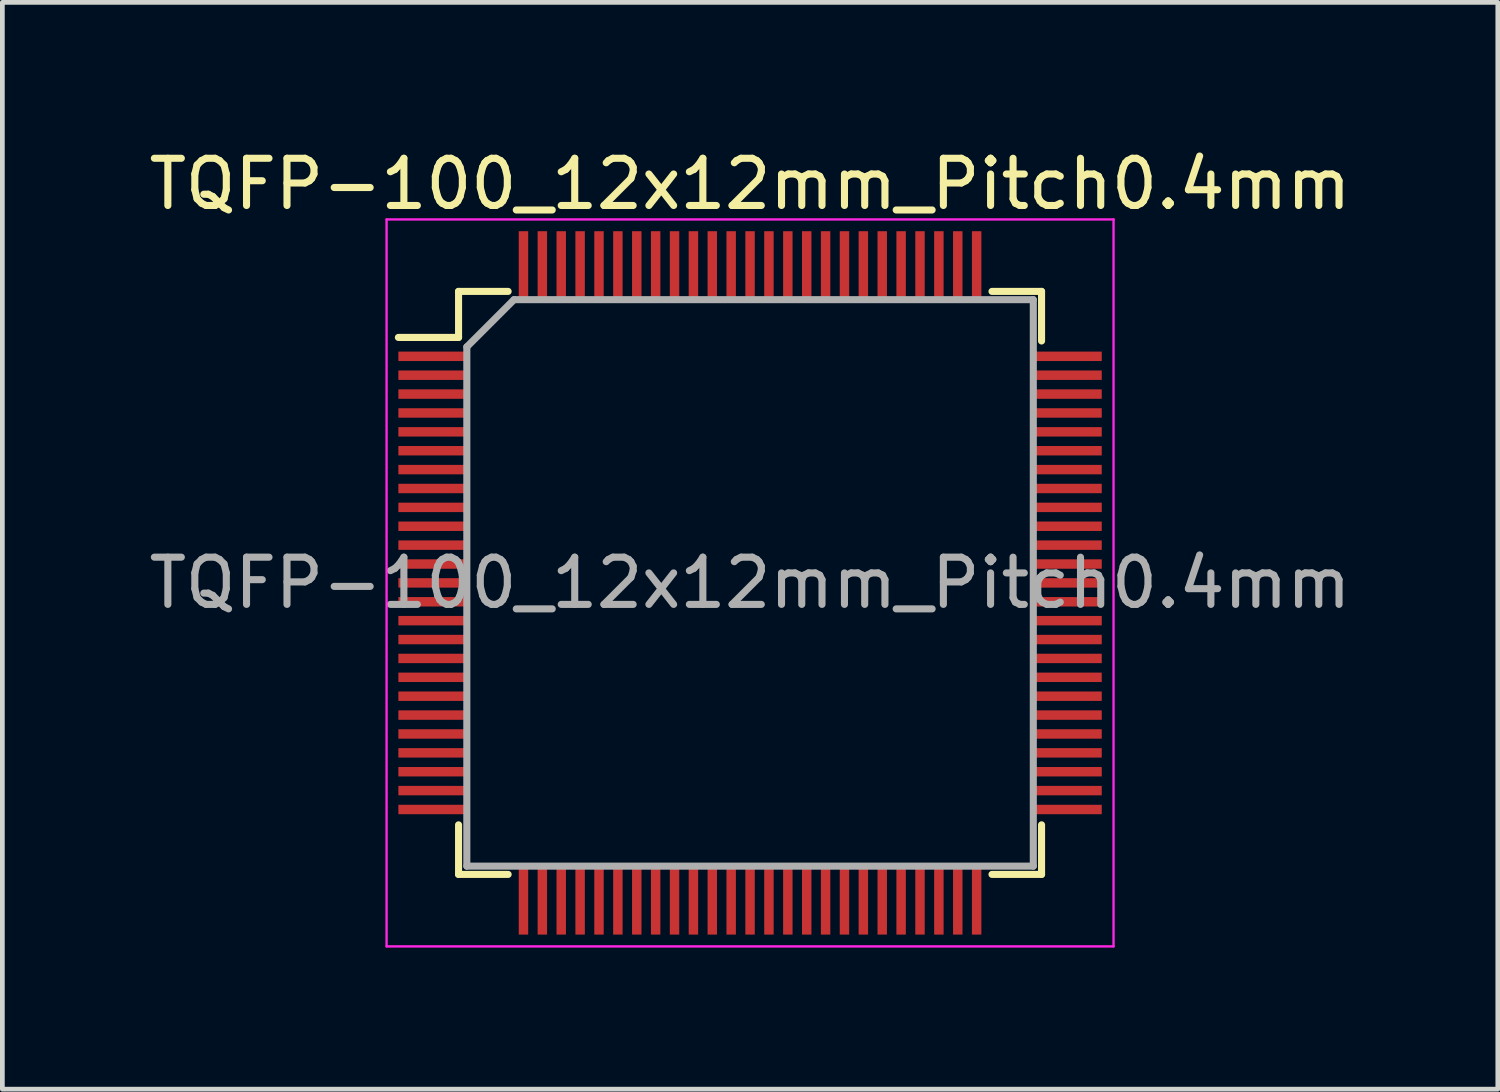
<source format=kicad_pcb>
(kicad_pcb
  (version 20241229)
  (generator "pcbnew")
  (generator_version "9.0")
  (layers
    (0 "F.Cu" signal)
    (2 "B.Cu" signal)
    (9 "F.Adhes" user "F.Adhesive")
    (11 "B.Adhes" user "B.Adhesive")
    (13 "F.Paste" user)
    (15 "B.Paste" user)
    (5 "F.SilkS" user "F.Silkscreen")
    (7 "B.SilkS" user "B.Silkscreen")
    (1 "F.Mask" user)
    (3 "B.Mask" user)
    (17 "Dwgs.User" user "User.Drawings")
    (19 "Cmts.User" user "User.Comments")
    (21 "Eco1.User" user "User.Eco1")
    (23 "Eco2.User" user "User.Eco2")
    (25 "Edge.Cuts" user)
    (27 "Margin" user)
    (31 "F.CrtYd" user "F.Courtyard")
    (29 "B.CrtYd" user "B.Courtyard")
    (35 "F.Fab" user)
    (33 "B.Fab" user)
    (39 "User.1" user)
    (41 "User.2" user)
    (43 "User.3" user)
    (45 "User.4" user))
  (footprint "TQFP-100_12x12mm_Pitch0.4mm"
    (layer "F.Cu")
    (at 12.839 9.298)
    (property "Reference" "TQFP-100_12x12mm_Pitch0.4mm" (at 0 -8.45 0) (layer "F.SilkS") (effects (font (size 1 1) (thickness 0.15))))
    (attr smd)
    (fp_line (start -6.175 -6.175) (end -6.175 -5.2) (stroke (width 0.15) (type solid)) (layer "F.SilkS"))
    (fp_line (start -6.175 -6.175) (end -5.125 -6.175) (stroke (width 0.15) (type solid)) (layer "F.SilkS"))
    (fp_line (start -6.175 -5.2) (end -7.45 -5.2) (stroke (width 0.15) (type solid)) (layer "F.SilkS"))
    (fp_line (start -6.175 6.175) (end -6.175 5.125) (stroke (width 0.15) (type solid)) (layer "F.SilkS"))
    (fp_line (start -6.175 6.175) (end -5.125 6.175) (stroke (width 0.15) (type solid)) (layer "F.SilkS"))
    (fp_line (start 6.175 -6.175) (end 5.125 -6.175) (stroke (width 0.15) (type solid)) (layer "F.SilkS"))
    (fp_line (start 6.175 -6.175) (end 6.175 -5.125) (stroke (width 0.15) (type solid)) (layer "F.SilkS"))
    (fp_line (start 6.175 6.175) (end 5.125 6.175) (stroke (width 0.15) (type solid)) (layer "F.SilkS"))
    (fp_line (start 6.175 6.175) (end 6.175 5.125) (stroke (width 0.15) (type solid)) (layer "F.SilkS"))
    (fp_line (start -7.7 -7.7) (end -7.7 7.7) (stroke (width 0.05) (type solid)) (layer "F.CrtYd"))
    (fp_line (start -7.7 -7.7) (end 7.7 -7.7) (stroke (width 0.05) (type solid)) (layer "F.CrtYd"))
    (fp_line (start -7.7 7.7) (end 7.7 7.7) (stroke (width 0.05) (type solid)) (layer "F.CrtYd"))
    (fp_line (start 7.7 -7.7) (end 7.7 7.7) (stroke (width 0.05) (type solid)) (layer "F.CrtYd"))
    (fp_line (start -6 -5) (end -5 -6) (stroke (width 0.15) (type solid)) (layer "F.Fab"))
    (fp_line (start -6 6) (end -6 -5) (stroke (width 0.15) (type solid)) (layer "F.Fab"))
    (fp_line (start -5 -6) (end 6 -6) (stroke (width 0.15) (type solid)) (layer "F.Fab"))
    (fp_line (start 6 -6) (end 6 6) (stroke (width 0.15) (type solid)) (layer "F.Fab"))
    (fp_line (start 6 6) (end -6 6) (stroke (width 0.15) (type solid)) (layer "F.Fab"))
    (fp_text user "${REFERENCE}" (at 0 0 0) (layer "F.Fab") (effects (font (size 1 1) (thickness 0.15))))
    (pad "1" smd rect (at -6.7 -4.8) (size 1.5 0.2) (layers "F.Cu" "F.Mask" "F.Paste"))
    (pad "2" smd rect (at -6.7 -4.4) (size 1.5 0.2) (layers "F.Cu" "F.Mask" "F.Paste"))
    (pad "3" smd rect (at -6.7 -4) (size 1.5 0.2) (layers "F.Cu" "F.Mask" "F.Paste"))
    (pad "4" smd rect (at -6.7 -3.6) (size 1.5 0.2) (layers "F.Cu" "F.Mask" "F.Paste"))
    (pad "5" smd rect (at -6.7 -3.2) (size 1.5 0.2) (layers "F.Cu" "F.Mask" "F.Paste"))
    (pad "6" smd rect (at -6.7 -2.8) (size 1.5 0.2) (layers "F.Cu" "F.Mask" "F.Paste"))
    (pad "7" smd rect (at -6.7 -2.4) (size 1.5 0.2) (layers "F.Cu" "F.Mask" "F.Paste"))
    (pad "8" smd rect (at -6.7 -2) (size 1.5 0.2) (layers "F.Cu" "F.Mask" "F.Paste"))
    (pad "9" smd rect (at -6.7 -1.6) (size 1.5 0.2) (layers "F.Cu" "F.Mask" "F.Paste"))
    (pad "10" smd rect (at -6.7 -1.2) (size 1.5 0.2) (layers "F.Cu" "F.Mask" "F.Paste"))
    (pad "11" smd rect (at -6.7 -0.8) (size 1.5 0.2) (layers "F.Cu" "F.Mask" "F.Paste"))
    (pad "12" smd rect (at -6.7 -0.4) (size 1.5 0.2) (layers "F.Cu" "F.Mask" "F.Paste"))
    (pad "13" smd rect (at -6.7 0) (size 1.5 0.2) (layers "F.Cu" "F.Mask" "F.Paste"))
    (pad "14" smd rect (at -6.7 0.4) (size 1.5 0.2) (layers "F.Cu" "F.Mask" "F.Paste"))
    (pad "15" smd rect (at -6.7 0.8) (size 1.5 0.2) (layers "F.Cu" "F.Mask" "F.Paste"))
    (pad "16" smd rect (at -6.7 1.2) (size 1.5 0.2) (layers "F.Cu" "F.Mask" "F.Paste"))
    (pad "17" smd rect (at -6.7 1.6) (size 1.5 0.2) (layers "F.Cu" "F.Mask" "F.Paste"))
    (pad "18" smd rect (at -6.7 2) (size 1.5 0.2) (layers "F.Cu" "F.Mask" "F.Paste"))
    (pad "19" smd rect (at -6.7 2.4) (size 1.5 0.2) (layers "F.Cu" "F.Mask" "F.Paste"))
    (pad "20" smd rect (at -6.7 2.8) (size 1.5 0.2) (layers "F.Cu" "F.Mask" "F.Paste"))
    (pad "21" smd rect (at -6.7 3.2) (size 1.5 0.2) (layers "F.Cu" "F.Mask" "F.Paste"))
    (pad "22" smd rect (at -6.7 3.6) (size 1.5 0.2) (layers "F.Cu" "F.Mask" "F.Paste"))
    (pad "23" smd rect (at -6.7 4) (size 1.5 0.2) (layers "F.Cu" "F.Mask" "F.Paste"))
    (pad "24" smd rect (at -6.7 4.4) (size 1.5 0.2) (layers "F.Cu" "F.Mask" "F.Paste"))
    (pad "25" smd rect (at -6.7 4.8) (size 1.5 0.2) (layers "F.Cu" "F.Mask" "F.Paste"))
    (pad "26" smd rect (at -4.8 6.7 90) (size 1.5 0.2) (layers "F.Cu" "F.Mask" "F.Paste"))
    (pad "27" smd rect (at -4.4 6.7 90) (size 1.5 0.2) (layers "F.Cu" "F.Mask" "F.Paste"))
    (pad "28" smd rect (at -4 6.7 90) (size 1.5 0.2) (layers "F.Cu" "F.Mask" "F.Paste"))
    (pad "29" smd rect (at -3.6 6.7 90) (size 1.5 0.2) (layers "F.Cu" "F.Mask" "F.Paste"))
    (pad "30" smd rect (at -3.2 6.7 90) (size 1.5 0.2) (layers "F.Cu" "F.Mask" "F.Paste"))
    (pad "31" smd rect (at -2.8 6.7 90) (size 1.5 0.2) (layers "F.Cu" "F.Mask" "F.Paste"))
    (pad "32" smd rect (at -2.4 6.7 90) (size 1.5 0.2) (layers "F.Cu" "F.Mask" "F.Paste"))
    (pad "33" smd rect (at -2 6.7 90) (size 1.5 0.2) (layers "F.Cu" "F.Mask" "F.Paste"))
    (pad "34" smd rect (at -1.6 6.7 90) (size 1.5 0.2) (layers "F.Cu" "F.Mask" "F.Paste"))
    (pad "35" smd rect (at -1.2 6.7 90) (size 1.5 0.2) (layers "F.Cu" "F.Mask" "F.Paste"))
    (pad "36" smd rect (at -0.8 6.7 90) (size 1.5 0.2) (layers "F.Cu" "F.Mask" "F.Paste"))
    (pad "37" smd rect (at -0.4 6.7 90) (size 1.5 0.2) (layers "F.Cu" "F.Mask" "F.Paste"))
    (pad "38" smd rect (at 0 6.7 90) (size 1.5 0.2) (layers "F.Cu" "F.Mask" "F.Paste"))
    (pad "39" smd rect (at 0.4 6.7 90) (size 1.5 0.2) (layers "F.Cu" "F.Mask" "F.Paste"))
    (pad "40" smd rect (at 0.8 6.7 90) (size 1.5 0.2) (layers "F.Cu" "F.Mask" "F.Paste"))
    (pad "41" smd rect (at 1.2 6.7 90) (size 1.5 0.2) (layers "F.Cu" "F.Mask" "F.Paste"))
    (pad "42" smd rect (at 1.6 6.7 90) (size 1.5 0.2) (layers "F.Cu" "F.Mask" "F.Paste"))
    (pad "43" smd rect (at 2 6.7 90) (size 1.5 0.2) (layers "F.Cu" "F.Mask" "F.Paste"))
    (pad "44" smd rect (at 2.4 6.7 90) (size 1.5 0.2) (layers "F.Cu" "F.Mask" "F.Paste"))
    (pad "45" smd rect (at 2.8 6.7 90) (size 1.5 0.2) (layers "F.Cu" "F.Mask" "F.Paste"))
    (pad "46" smd rect (at 3.2 6.7 90) (size 1.5 0.2) (layers "F.Cu" "F.Mask" "F.Paste"))
    (pad "47" smd rect (at 3.6 6.7 90) (size 1.5 0.2) (layers "F.Cu" "F.Mask" "F.Paste"))
    (pad "48" smd rect (at 4 6.7 90) (size 1.5 0.2) (layers "F.Cu" "F.Mask" "F.Paste"))
    (pad "49" smd rect (at 4.4 6.7 90) (size 1.5 0.2) (layers "F.Cu" "F.Mask" "F.Paste"))
    (pad "50" smd rect (at 4.8 6.7 90) (size 1.5 0.2) (layers "F.Cu" "F.Mask" "F.Paste"))
    (pad "51" smd rect (at 6.7 4.8) (size 1.5 0.2) (layers "F.Cu" "F.Mask" "F.Paste"))
    (pad "52" smd rect (at 6.7 4.4) (size 1.5 0.2) (layers "F.Cu" "F.Mask" "F.Paste"))
    (pad "53" smd rect (at 6.7 4) (size 1.5 0.2) (layers "F.Cu" "F.Mask" "F.Paste"))
    (pad "54" smd rect (at 6.7 3.6) (size 1.5 0.2) (layers "F.Cu" "F.Mask" "F.Paste"))
    (pad "55" smd rect (at 6.7 3.2) (size 1.5 0.2) (layers "F.Cu" "F.Mask" "F.Paste"))
    (pad "56" smd rect (at 6.7 2.8) (size 1.5 0.2) (layers "F.Cu" "F.Mask" "F.Paste"))
    (pad "57" smd rect (at 6.7 2.4) (size 1.5 0.2) (layers "F.Cu" "F.Mask" "F.Paste"))
    (pad "58" smd rect (at 6.7 2) (size 1.5 0.2) (layers "F.Cu" "F.Mask" "F.Paste"))
    (pad "59" smd rect (at 6.7 1.6) (size 1.5 0.2) (layers "F.Cu" "F.Mask" "F.Paste"))
    (pad "60" smd rect (at 6.7 1.2) (size 1.5 0.2) (layers "F.Cu" "F.Mask" "F.Paste"))
    (pad "61" smd rect (at 6.7 0.8) (size 1.5 0.2) (layers "F.Cu" "F.Mask" "F.Paste"))
    (pad "62" smd rect (at 6.7 0.4) (size 1.5 0.2) (layers "F.Cu" "F.Mask" "F.Paste"))
    (pad "63" smd rect (at 6.7 0) (size 1.5 0.2) (layers "F.Cu" "F.Mask" "F.Paste"))
    (pad "64" smd rect (at 6.7 -0.4) (size 1.5 0.2) (layers "F.Cu" "F.Mask" "F.Paste"))
    (pad "65" smd rect (at 6.7 -0.8) (size 1.5 0.2) (layers "F.Cu" "F.Mask" "F.Paste"))
    (pad "66" smd rect (at 6.7 -1.2) (size 1.5 0.2) (layers "F.Cu" "F.Mask" "F.Paste"))
    (pad "67" smd rect (at 6.7 -1.6) (size 1.5 0.2) (layers "F.Cu" "F.Mask" "F.Paste"))
    (pad "68" smd rect (at 6.7 -2) (size 1.5 0.2) (layers "F.Cu" "F.Mask" "F.Paste"))
    (pad "69" smd rect (at 6.7 -2.4) (size 1.5 0.2) (layers "F.Cu" "F.Mask" "F.Paste"))
    (pad "70" smd rect (at 6.7 -2.8) (size 1.5 0.2) (layers "F.Cu" "F.Mask" "F.Paste"))
    (pad "71" smd rect (at 6.7 -3.2) (size 1.5 0.2) (layers "F.Cu" "F.Mask" "F.Paste"))
    (pad "72" smd rect (at 6.7 -3.6) (size 1.5 0.2) (layers "F.Cu" "F.Mask" "F.Paste"))
    (pad "73" smd rect (at 6.7 -4) (size 1.5 0.2) (layers "F.Cu" "F.Mask" "F.Paste"))
    (pad "74" smd rect (at 6.7 -4.4) (size 1.5 0.2) (layers "F.Cu" "F.Mask" "F.Paste"))
    (pad "75" smd rect (at 6.7 -4.8) (size 1.5 0.2) (layers "F.Cu" "F.Mask" "F.Paste"))
    (pad "76" smd rect (at 4.8 -6.7 90) (size 1.5 0.2) (layers "F.Cu" "F.Mask" "F.Paste"))
    (pad "77" smd rect (at 4.4 -6.7 90) (size 1.5 0.2) (layers "F.Cu" "F.Mask" "F.Paste"))
    (pad "78" smd rect (at 4 -6.7 90) (size 1.5 0.2) (layers "F.Cu" "F.Mask" "F.Paste"))
    (pad "79" smd rect (at 3.6 -6.7 90) (size 1.5 0.2) (layers "F.Cu" "F.Mask" "F.Paste"))
    (pad "80" smd rect (at 3.2 -6.7 90) (size 1.5 0.2) (layers "F.Cu" "F.Mask" "F.Paste"))
    (pad "81" smd rect (at 2.8 -6.7 90) (size 1.5 0.2) (layers "F.Cu" "F.Mask" "F.Paste"))
    (pad "82" smd rect (at 2.4 -6.7 90) (size 1.5 0.2) (layers "F.Cu" "F.Mask" "F.Paste"))
    (pad "83" smd rect (at 2 -6.7 90) (size 1.5 0.2) (layers "F.Cu" "F.Mask" "F.Paste"))
    (pad "84" smd rect (at 1.6 -6.7 90) (size 1.5 0.2) (layers "F.Cu" "F.Mask" "F.Paste"))
    (pad "85" smd rect (at 1.2 -6.7 90) (size 1.5 0.2) (layers "F.Cu" "F.Mask" "F.Paste"))
    (pad "86" smd rect (at 0.8 -6.7 90) (size 1.5 0.2) (layers "F.Cu" "F.Mask" "F.Paste"))
    (pad "87" smd rect (at 0.4 -6.7 90) (size 1.5 0.2) (layers "F.Cu" "F.Mask" "F.Paste"))
    (pad "88" smd rect (at 0 -6.7 90) (size 1.5 0.2) (layers "F.Cu" "F.Mask" "F.Paste"))
    (pad "89" smd rect (at -0.4 -6.7 90) (size 1.5 0.2) (layers "F.Cu" "F.Mask" "F.Paste"))
    (pad "90" smd rect (at -0.8 -6.7 90) (size 1.5 0.2) (layers "F.Cu" "F.Mask" "F.Paste"))
    (pad "91" smd rect (at -1.2 -6.7 90) (size 1.5 0.2) (layers "F.Cu" "F.Mask" "F.Paste"))
    (pad "92" smd rect (at -1.6 -6.7 90) (size 1.5 0.2) (layers "F.Cu" "F.Mask" "F.Paste"))
    (pad "93" smd rect (at -2 -6.7 90) (size 1.5 0.2) (layers "F.Cu" "F.Mask" "F.Paste"))
    (pad "94" smd rect (at -2.4 -6.7 90) (size 1.5 0.2) (layers "F.Cu" "F.Mask" "F.Paste"))
    (pad "95" smd rect (at -2.8 -6.7 90) (size 1.5 0.2) (layers "F.Cu" "F.Mask" "F.Paste"))
    (pad "96" smd rect (at -3.2 -6.7 90) (size 1.5 0.2) (layers "F.Cu" "F.Mask" "F.Paste"))
    (pad "97" smd rect (at -3.6 -6.7 90) (size 1.5 0.2) (layers "F.Cu" "F.Mask" "F.Paste"))
    (pad "98" smd rect (at -4 -6.7 90) (size 1.5 0.2) (layers "F.Cu" "F.Mask" "F.Paste"))
    (pad "99" smd rect (at -4.4 -6.7 90) (size 1.5 0.2) (layers "F.Cu" "F.Mask" "F.Paste"))
    (pad "100" smd rect (at -4.8 -6.7 90) (size 1.5 0.2) (layers "F.Cu" "F.Mask" "F.Paste")))
  (gr_rect
    (start -3 -3)
    (end 28.679 20.023)
    (stroke (width 0.1) (type default))
    (fill no)
    (layer "Edge.Cuts")))
</source>
